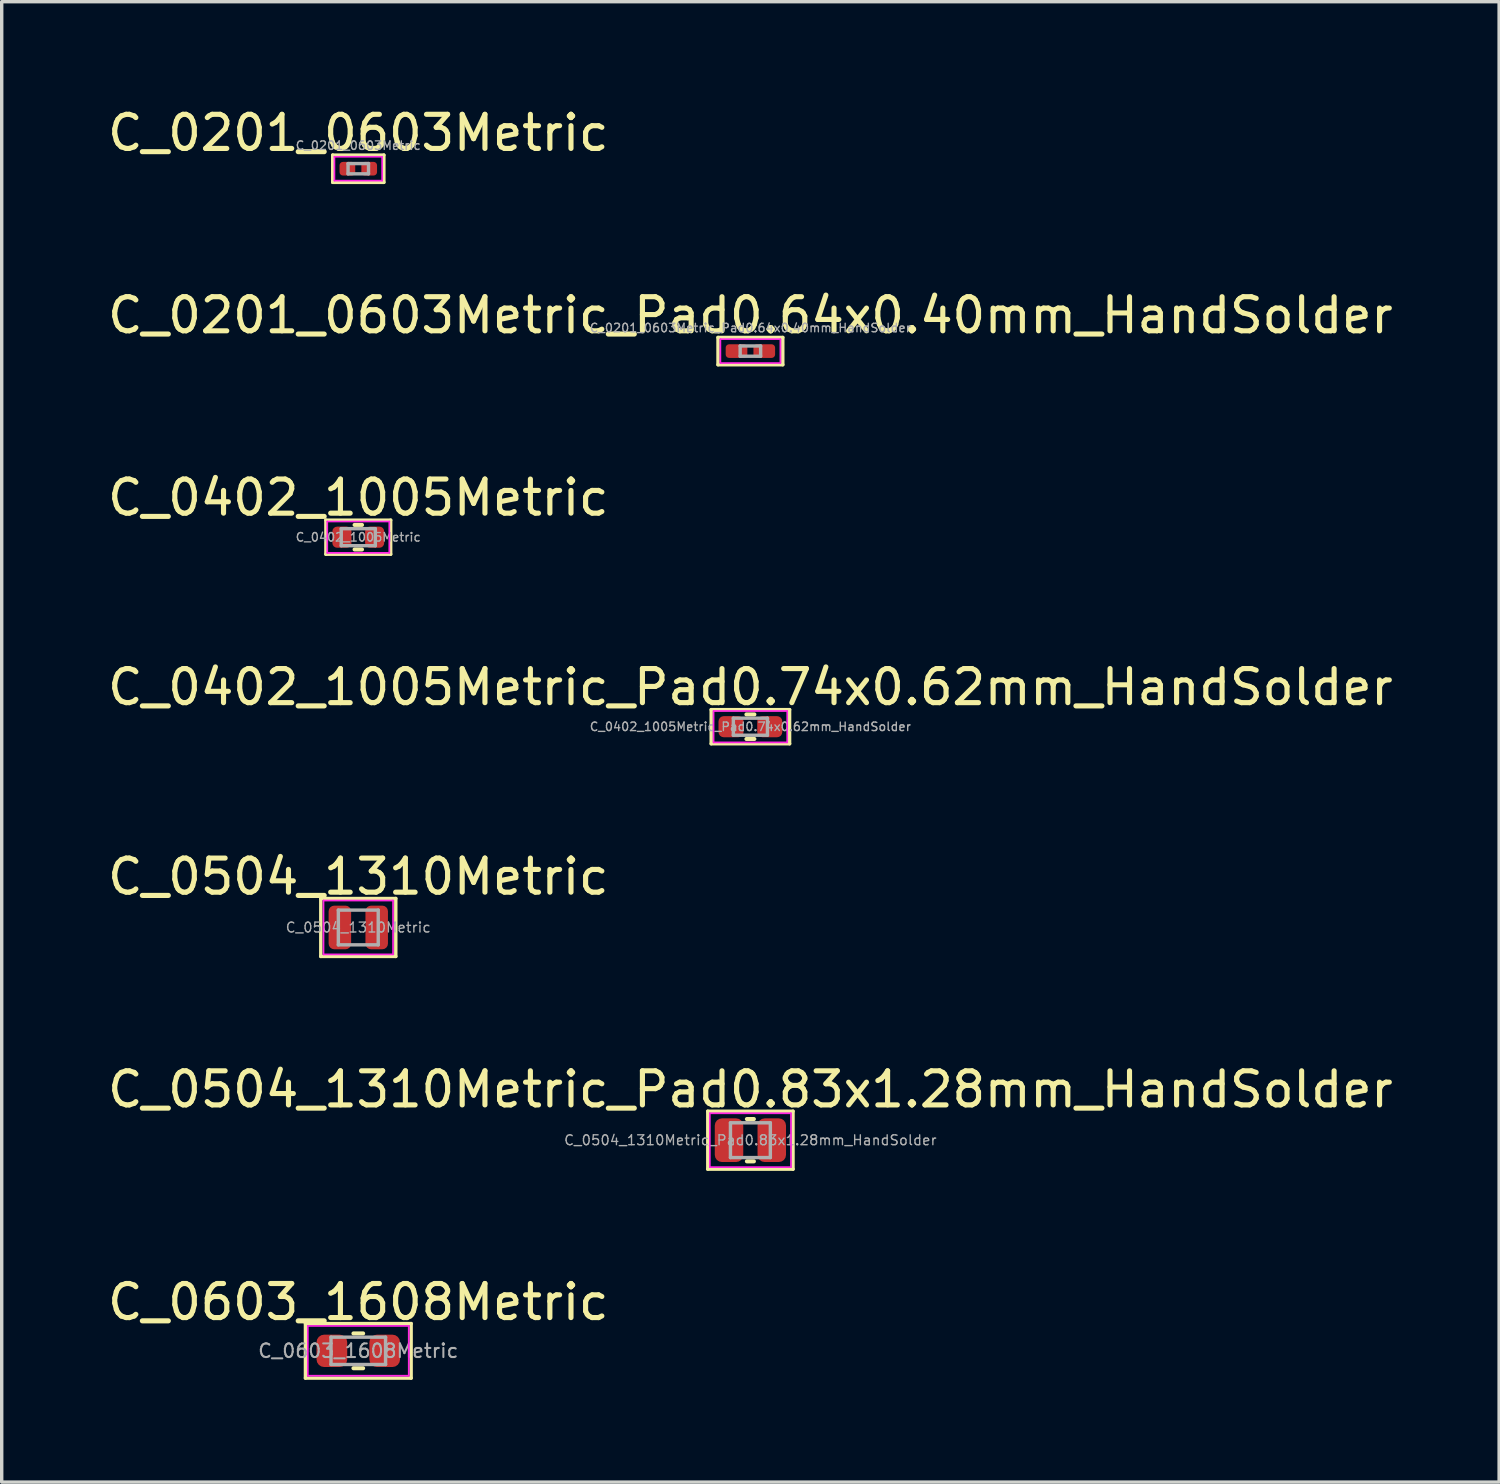
<source format=kicad_pcb>
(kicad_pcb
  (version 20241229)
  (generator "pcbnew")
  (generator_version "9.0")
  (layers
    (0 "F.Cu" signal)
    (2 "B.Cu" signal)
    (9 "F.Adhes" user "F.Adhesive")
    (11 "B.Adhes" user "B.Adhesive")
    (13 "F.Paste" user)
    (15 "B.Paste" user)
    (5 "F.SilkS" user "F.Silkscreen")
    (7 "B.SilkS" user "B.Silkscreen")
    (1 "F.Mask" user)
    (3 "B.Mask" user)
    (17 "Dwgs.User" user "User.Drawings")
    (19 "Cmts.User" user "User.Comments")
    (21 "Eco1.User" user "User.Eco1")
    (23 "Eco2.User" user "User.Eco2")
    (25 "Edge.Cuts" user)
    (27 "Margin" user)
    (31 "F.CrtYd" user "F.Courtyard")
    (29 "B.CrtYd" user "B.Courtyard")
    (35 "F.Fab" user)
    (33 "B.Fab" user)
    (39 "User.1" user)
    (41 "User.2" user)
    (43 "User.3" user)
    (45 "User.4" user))
  (footprint "C_0603_1608Metric"
    (layer "F.Cu")
    (at 7.458 36.568)
    (property "Reference" "C_0603_1608Metric" (at 0 -1.43 0) (layer "F.SilkS") (effects (font (size 1 1) (thickness 0.15))))
    (attr smd)
    (fp_line (start -1.55 -0.8) (end 1.55 -0.8) (stroke (width 0.1) (type default)) (layer "F.SilkS"))
    (fp_line (start -1.55 0.8) (end -1.55 -0.8) (stroke (width 0.1) (type default)) (layer "F.SilkS"))
    (fp_line (start -0.141 -0.51) (end 0.141 -0.51) (stroke (width 0.12) (type solid)) (layer "F.SilkS"))
    (fp_line (start -0.141 0.51) (end 0.141 0.51) (stroke (width 0.12) (type solid)) (layer "F.SilkS"))
    (fp_line (start 1.55 -0.8) (end 1.55 0.8) (stroke (width 0.1) (type default)) (layer "F.SilkS"))
    (fp_line (start 1.55 0.8) (end -1.55 0.8) (stroke (width 0.1) (type default)) (layer "F.SilkS"))
    (fp_line (start -1.48 -0.73) (end 1.48 -0.73) (stroke (width 0.05) (type solid)) (layer "F.CrtYd"))
    (fp_line (start -1.48 0.73) (end -1.48 -0.73) (stroke (width 0.05) (type solid)) (layer "F.CrtYd"))
    (fp_line (start 1.48 -0.73) (end 1.48 0.73) (stroke (width 0.05) (type solid)) (layer "F.CrtYd"))
    (fp_line (start 1.48 0.73) (end -1.48 0.73) (stroke (width 0.05) (type solid)) (layer "F.CrtYd"))
    (fp_line (start -0.8 -0.4) (end 0.8 -0.4) (stroke (width 0.1) (type solid)) (layer "F.Fab"))
    (fp_line (start -0.8 0.4) (end -0.8 -0.4) (stroke (width 0.1) (type solid)) (layer "F.Fab"))
    (fp_line (start 0.8 -0.4) (end 0.8 0.4) (stroke (width 0.1) (type solid)) (layer "F.Fab"))
    (fp_line (start 0.8 0.4) (end -0.8 0.4) (stroke (width 0.1) (type solid)) (layer "F.Fab"))
    (fp_text user "${REFERENCE}" (at 0 0 0) (layer "F.Fab") (effects (font (size 0.4 0.4) (thickness 0.06))))
    (pad "1" smd roundrect (at -0.775 0) (size 0.9 0.95) (layers "F.Cu" "F.Mask" "F.Paste") (roundrect_rratio 0.25))
    (pad "2" smd roundrect (at 0.775 0) (size 0.9 0.95) (layers "F.Cu" "F.Mask" "F.Paste") (roundrect_rratio 0.25)))
  (footprint "C_0201_0603Metric"
    (layer "F.Cu")
    (at 7.458 1.898)
    (property "Reference" "C_0201_0603Metric" (at 0 -1.05 0) (layer "F.SilkS") (effects (font (size 1 1) (thickness 0.15))))
    (attr smd)
    (fp_line (start -0.75 -0.4) (end 0.75 -0.4) (stroke (width 0.1) (type default)) (layer "F.SilkS"))
    (fp_line (start -0.75 0.4) (end -0.75 -0.4) (stroke (width 0.1) (type default)) (layer "F.SilkS"))
    (fp_line (start 0.75 -0.4) (end 0.75 0.4) (stroke (width 0.1) (type default)) (layer "F.SilkS"))
    (fp_line (start 0.75 0.4) (end -0.75 0.4) (stroke (width 0.1) (type default)) (layer "F.SilkS"))
    (fp_line (start -0.7 -0.35) (end 0.7 -0.35) (stroke (width 0.05) (type solid)) (layer "F.CrtYd"))
    (fp_line (start -0.7 0.35) (end -0.7 -0.35) (stroke (width 0.05) (type solid)) (layer "F.CrtYd"))
    (fp_line (start 0.7 -0.35) (end 0.7 0.35) (stroke (width 0.05) (type solid)) (layer "F.CrtYd"))
    (fp_line (start 0.7 0.35) (end -0.7 0.35) (stroke (width 0.05) (type solid)) (layer "F.CrtYd"))
    (fp_line (start -0.3 -0.15) (end 0.3 -0.15) (stroke (width 0.1) (type solid)) (layer "F.Fab"))
    (fp_line (start -0.3 0.15) (end -0.3 -0.15) (stroke (width 0.1) (type solid)) (layer "F.Fab"))
    (fp_line (start 0.3 -0.15) (end 0.3 0.15) (stroke (width 0.1) (type solid)) (layer "F.Fab"))
    (fp_line (start 0.3 0.15) (end -0.3 0.15) (stroke (width 0.1) (type solid)) (layer "F.Fab"))
    (fp_text user "${REFERENCE}" (at 0 -0.68 0) (layer "F.Fab") (effects (font (size 0.25 0.25) (thickness 0.04))))
    (pad "" smd roundrect (at -0.345 0) (size 0.318 0.36) (layers "F.Paste") (roundrect_rratio 0.25))
    (pad "" smd roundrect (at 0.345 0) (size 0.318 0.36) (layers "F.Paste") (roundrect_rratio 0.25))
    (pad "1" smd roundrect (at -0.32 0) (size 0.46 0.4) (layers "F.Cu" "F.Mask") (roundrect_rratio 0.25))
    (pad "2" smd roundrect (at 0.32 0) (size 0.46 0.4) (layers "F.Cu" "F.Mask") (roundrect_rratio 0.25)))
  (footprint "C_0402_1005Metric"
    (layer "F.Cu")
    (at 7.458 12.705)
    (property "Reference" "C_0402_1005Metric" (at 0 -1.16 0) (layer "F.SilkS") (effects (font (size 1 1) (thickness 0.15))))
    (attr smd)
    (fp_line (start -0.95 -0.5) (end 0.95 -0.5) (stroke (width 0.1) (type default)) (layer "F.SilkS"))
    (fp_line (start -0.95 0.5) (end -0.95 -0.5) (stroke (width 0.1) (type default)) (layer "F.SilkS"))
    (fp_line (start -0.108 -0.36) (end 0.108 -0.36) (stroke (width 0.12) (type solid)) (layer "F.SilkS"))
    (fp_line (start -0.108 0.36) (end 0.108 0.36) (stroke (width 0.12) (type solid)) (layer "F.SilkS"))
    (fp_line (start 0.95 -0.5) (end 0.95 0.5) (stroke (width 0.1) (type default)) (layer "F.SilkS"))
    (fp_line (start 0.95 0.5) (end -0.95 0.5) (stroke (width 0.1) (type default)) (layer "F.SilkS"))
    (fp_line (start -0.91 -0.46) (end 0.91 -0.46) (stroke (width 0.05) (type solid)) (layer "F.CrtYd"))
    (fp_line (start -0.91 0.46) (end -0.91 -0.46) (stroke (width 0.05) (type solid)) (layer "F.CrtYd"))
    (fp_line (start 0.91 -0.46) (end 0.91 0.46) (stroke (width 0.05) (type solid)) (layer "F.CrtYd"))
    (fp_line (start 0.91 0.46) (end -0.91 0.46) (stroke (width 0.05) (type solid)) (layer "F.CrtYd"))
    (fp_line (start -0.5 -0.25) (end 0.5 -0.25) (stroke (width 0.1) (type solid)) (layer "F.Fab"))
    (fp_line (start -0.5 0.25) (end -0.5 -0.25) (stroke (width 0.1) (type solid)) (layer "F.Fab"))
    (fp_line (start 0.5 -0.25) (end 0.5 0.25) (stroke (width 0.1) (type solid)) (layer "F.Fab"))
    (fp_line (start 0.5 0.25) (end -0.5 0.25) (stroke (width 0.1) (type solid)) (layer "F.Fab"))
    (fp_text user "${REFERENCE}" (at 0 0 0) (layer "F.Fab") (effects (font (size 0.25 0.25) (thickness 0.04))))
    (pad "1" smd roundrect (at -0.48 0) (size 0.56 0.62) (layers "F.Cu" "F.Mask" "F.Paste") (roundrect_rratio 0.25))
    (pad "2" smd roundrect (at 0.48 0) (size 0.56 0.62) (layers "F.Cu" "F.Mask" "F.Paste") (roundrect_rratio 0.25)))
  (footprint "C_0504_1310Metric"
    (layer "F.Cu")
    (at 7.458 24.151)
    (property "Reference" "C_0504_1310Metric" (at 0 -1.49 0) (layer "F.SilkS") (effects (font (size 1 1) (thickness 0.15))))
    (attr smd)
    (fp_line (start -1.1 -0.85) (end 1.1 -0.85) (stroke (width 0.1) (type default)) (layer "F.SilkS"))
    (fp_line (start -1.1 0.85) (end -1.1 -0.85) (stroke (width 0.1) (type default)) (layer "F.SilkS"))
    (fp_line (start 1.1 -0.85) (end 1.1 0.85) (stroke (width 0.1) (type default)) (layer "F.SilkS"))
    (fp_line (start 1.1 0.85) (end -1.1 0.85) (stroke (width 0.1) (type default)) (layer "F.SilkS"))
    (fp_line (start -1.02 -0.79) (end 1.02 -0.79) (stroke (width 0.05) (type solid)) (layer "F.CrtYd"))
    (fp_line (start -1.02 0.79) (end -1.02 -0.79) (stroke (width 0.05) (type solid)) (layer "F.CrtYd"))
    (fp_line (start 1.02 -0.79) (end 1.02 0.79) (stroke (width 0.05) (type solid)) (layer "F.CrtYd"))
    (fp_line (start 1.02 0.79) (end -1.02 0.79) (stroke (width 0.05) (type solid)) (layer "F.CrtYd"))
    (fp_line (start -0.585 -0.51) (end 0.585 -0.51) (stroke (width 0.1) (type solid)) (layer "F.Fab"))
    (fp_line (start -0.585 0.51) (end -0.585 -0.51) (stroke (width 0.1) (type solid)) (layer "F.Fab"))
    (fp_line (start 0.585 -0.51) (end 0.585 0.51) (stroke (width 0.1) (type solid)) (layer "F.Fab"))
    (fp_line (start 0.585 0.51) (end -0.585 0.51) (stroke (width 0.1) (type solid)) (layer "F.Fab"))
    (fp_text user "${REFERENCE}" (at 0 0 0) (layer "F.Fab") (effects (font (size 0.29 0.29) (thickness 0.04))))
    (pad "1" smd roundrect (at -0.54 0) (size 0.66 1.28) (layers "F.Cu" "F.Mask" "F.Paste") (roundrect_rratio 0.25))
    (pad "2" smd roundrect (at 0.54 0) (size 0.66 1.28) (layers "F.Cu" "F.Mask" "F.Paste") (roundrect_rratio 0.25)))
  (footprint "C_0201_0603Metric_Pad0.64x0.40mm_HandSolder"
    (layer "F.Cu")
    (at 18.958 7.247)
    (property "Reference" "C_0201_0603Metric_Pad0.64x0.40mm_HandSolder" (at 0 -1.05 0) (layer "F.SilkS") (effects (font (size 1 1) (thickness 0.15))))
    (attr smd)
    (fp_line (start -0.95 -0.4) (end 0.95 -0.4) (stroke (width 0.1) (type default)) (layer "F.SilkS"))
    (fp_line (start -0.95 0.4) (end -0.95 -0.4) (stroke (width 0.1) (type default)) (layer "F.SilkS"))
    (fp_line (start 0.95 -0.4) (end 0.95 0.4) (stroke (width 0.1) (type default)) (layer "F.SilkS"))
    (fp_line (start 0.95 0.4) (end -0.95 0.4) (stroke (width 0.1) (type default)) (layer "F.SilkS"))
    (fp_line (start -0.88 -0.35) (end 0.88 -0.35) (stroke (width 0.05) (type solid)) (layer "F.CrtYd"))
    (fp_line (start -0.88 0.35) (end -0.88 -0.35) (stroke (width 0.05) (type solid)) (layer "F.CrtYd"))
    (fp_line (start 0.88 -0.35) (end 0.88 0.35) (stroke (width 0.05) (type solid)) (layer "F.CrtYd"))
    (fp_line (start 0.88 0.35) (end -0.88 0.35) (stroke (width 0.05) (type solid)) (layer "F.CrtYd"))
    (fp_line (start -0.3 -0.15) (end 0.3 -0.15) (stroke (width 0.1) (type solid)) (layer "F.Fab"))
    (fp_line (start -0.3 0.15) (end -0.3 -0.15) (stroke (width 0.1) (type solid)) (layer "F.Fab"))
    (fp_line (start 0.3 -0.15) (end 0.3 0.15) (stroke (width 0.1) (type solid)) (layer "F.Fab"))
    (fp_line (start 0.3 0.15) (end -0.3 0.15) (stroke (width 0.1) (type solid)) (layer "F.Fab"))
    (fp_text user "${REFERENCE}" (at 0 -0.68 0) (layer "F.Fab") (effects (font (size 0.25 0.25) (thickness 0.04))))
    (pad "" smd roundrect (at -0.432 0) (size 0.458 0.36) (layers "F.Paste") (roundrect_rratio 0.25))
    (pad "" smd roundrect (at 0.432 0) (size 0.458 0.36) (layers "F.Paste") (roundrect_rratio 0.25))
    (pad "1" smd roundrect (at -0.407 0) (size 0.635 0.4) (layers "F.Cu" "F.Mask") (roundrect_rratio 0.25))
    (pad "2" smd roundrect (at 0.407 0) (size 0.635 0.4) (layers "F.Cu" "F.Mask") (roundrect_rratio 0.25)))
  (footprint "C_0504_1310Metric_Pad0.83x1.28mm_HandSolder"
    (layer "F.Cu")
    (at 18.958 30.39)
    (property "Reference" "C_0504_1310Metric_Pad0.83x1.28mm_HandSolder" (at 0 -1.49 0) (layer "F.SilkS") (effects (font (size 1 1) (thickness 0.15))))
    (attr smd)
    (fp_line (start -1.25 -0.85) (end 1.25 -0.85) (stroke (width 0.1) (type default)) (layer "F.SilkS"))
    (fp_line (start -1.25 0.85) (end -1.25 -0.85) (stroke (width 0.1) (type default)) (layer "F.SilkS"))
    (fp_line (start -0.102 -0.62) (end 0.102 -0.62) (stroke (width 0.12) (type solid)) (layer "F.SilkS"))
    (fp_line (start -0.102 0.62) (end 0.102 0.62) (stroke (width 0.12) (type solid)) (layer "F.SilkS"))
    (fp_line (start 1.25 -0.85) (end 1.25 0.85) (stroke (width 0.1) (type default)) (layer "F.SilkS"))
    (fp_line (start 1.25 0.85) (end -1.25 0.85) (stroke (width 0.1) (type default)) (layer "F.SilkS"))
    (fp_line (start -1.19 -0.79) (end 1.19 -0.79) (stroke (width 0.05) (type solid)) (layer "F.CrtYd"))
    (fp_line (start -1.19 0.79) (end -1.19 -0.79) (stroke (width 0.05) (type solid)) (layer "F.CrtYd"))
    (fp_line (start 1.19 -0.79) (end 1.19 0.79) (stroke (width 0.05) (type solid)) (layer "F.CrtYd"))
    (fp_line (start 1.19 0.79) (end -1.19 0.79) (stroke (width 0.05) (type solid)) (layer "F.CrtYd"))
    (fp_line (start -0.585 -0.51) (end 0.585 -0.51) (stroke (width 0.1) (type solid)) (layer "F.Fab"))
    (fp_line (start -0.585 0.51) (end -0.585 -0.51) (stroke (width 0.1) (type solid)) (layer "F.Fab"))
    (fp_line (start 0.585 -0.51) (end 0.585 0.51) (stroke (width 0.1) (type solid)) (layer "F.Fab"))
    (fp_line (start 0.585 0.51) (end -0.585 0.51) (stroke (width 0.1) (type solid)) (layer "F.Fab"))
    (fp_text user "${REFERENCE}" (at 0 0 0) (layer "F.Fab") (effects (font (size 0.29 0.29) (thickness 0.04))))
    (pad "1" smd roundrect (at -0.627 0) (size 0.835 1.28) (layers "F.Cu" "F.Mask" "F.Paste") (roundrect_rratio 0.25))
    (pad "2" smd roundrect (at 0.627 0) (size 0.835 1.28) (layers "F.Cu" "F.Mask" "F.Paste") (roundrect_rratio 0.25)))
  (footprint "C_0402_1005Metric_Pad0.74x0.62mm_HandSolder"
    (layer "F.Cu")
    (at 18.958 18.263)
    (property "Reference" "C_0402_1005Metric_Pad0.74x0.62mm_HandSolder" (at 0 -1.16 0) (layer "F.SilkS") (effects (font (size 1 1) (thickness 0.15))))
    (attr smd)
    (fp_line (start -1.15 -0.5) (end 1.15 -0.5) (stroke (width 0.1) (type default)) (layer "F.SilkS"))
    (fp_line (start -1.15 0.5) (end -1.15 -0.5) (stroke (width 0.1) (type default)) (layer "F.SilkS"))
    (fp_line (start -0.116 -0.36) (end 0.116 -0.36) (stroke (width 0.12) (type solid)) (layer "F.SilkS"))
    (fp_line (start -0.116 0.36) (end 0.116 0.36) (stroke (width 0.12) (type solid)) (layer "F.SilkS"))
    (fp_line (start 1.15 -0.5) (end 1.15 0.5) (stroke (width 0.1) (type default)) (layer "F.SilkS"))
    (fp_line (start 1.15 0.5) (end -1.15 0.5) (stroke (width 0.1) (type default)) (layer "F.SilkS"))
    (fp_line (start -1.08 -0.46) (end 1.08 -0.46) (stroke (width 0.05) (type solid)) (layer "F.CrtYd"))
    (fp_line (start -1.08 0.46) (end -1.08 -0.46) (stroke (width 0.05) (type solid)) (layer "F.CrtYd"))
    (fp_line (start 1.08 -0.46) (end 1.08 0.46) (stroke (width 0.05) (type solid)) (layer "F.CrtYd"))
    (fp_line (start 1.08 0.46) (end -1.08 0.46) (stroke (width 0.05) (type solid)) (layer "F.CrtYd"))
    (fp_line (start -0.5 -0.25) (end 0.5 -0.25) (stroke (width 0.1) (type solid)) (layer "F.Fab"))
    (fp_line (start -0.5 0.25) (end -0.5 -0.25) (stroke (width 0.1) (type solid)) (layer "F.Fab"))
    (fp_line (start 0.5 -0.25) (end 0.5 0.25) (stroke (width 0.1) (type solid)) (layer "F.Fab"))
    (fp_line (start 0.5 0.25) (end -0.5 0.25) (stroke (width 0.1) (type solid)) (layer "F.Fab"))
    (fp_text user "${REFERENCE}" (at 0 0 0) (layer "F.Fab") (effects (font (size 0.25 0.25) (thickness 0.04))))
    (pad "1" smd roundrect (at -0.568 0) (size 0.735 0.62) (layers "F.Cu" "F.Mask" "F.Paste") (roundrect_rratio 0.25))
    (pad "2" smd roundrect (at 0.568 0) (size 0.735 0.62) (layers "F.Cu" "F.Mask" "F.Paste") (roundrect_rratio 0.25)))
  (gr_rect
    (start -3 -3)
    (end 40.917 40.418)
    (stroke (width 0.1) (type default))
    (fill no)
    (layer "Edge.Cuts")))
</source>
